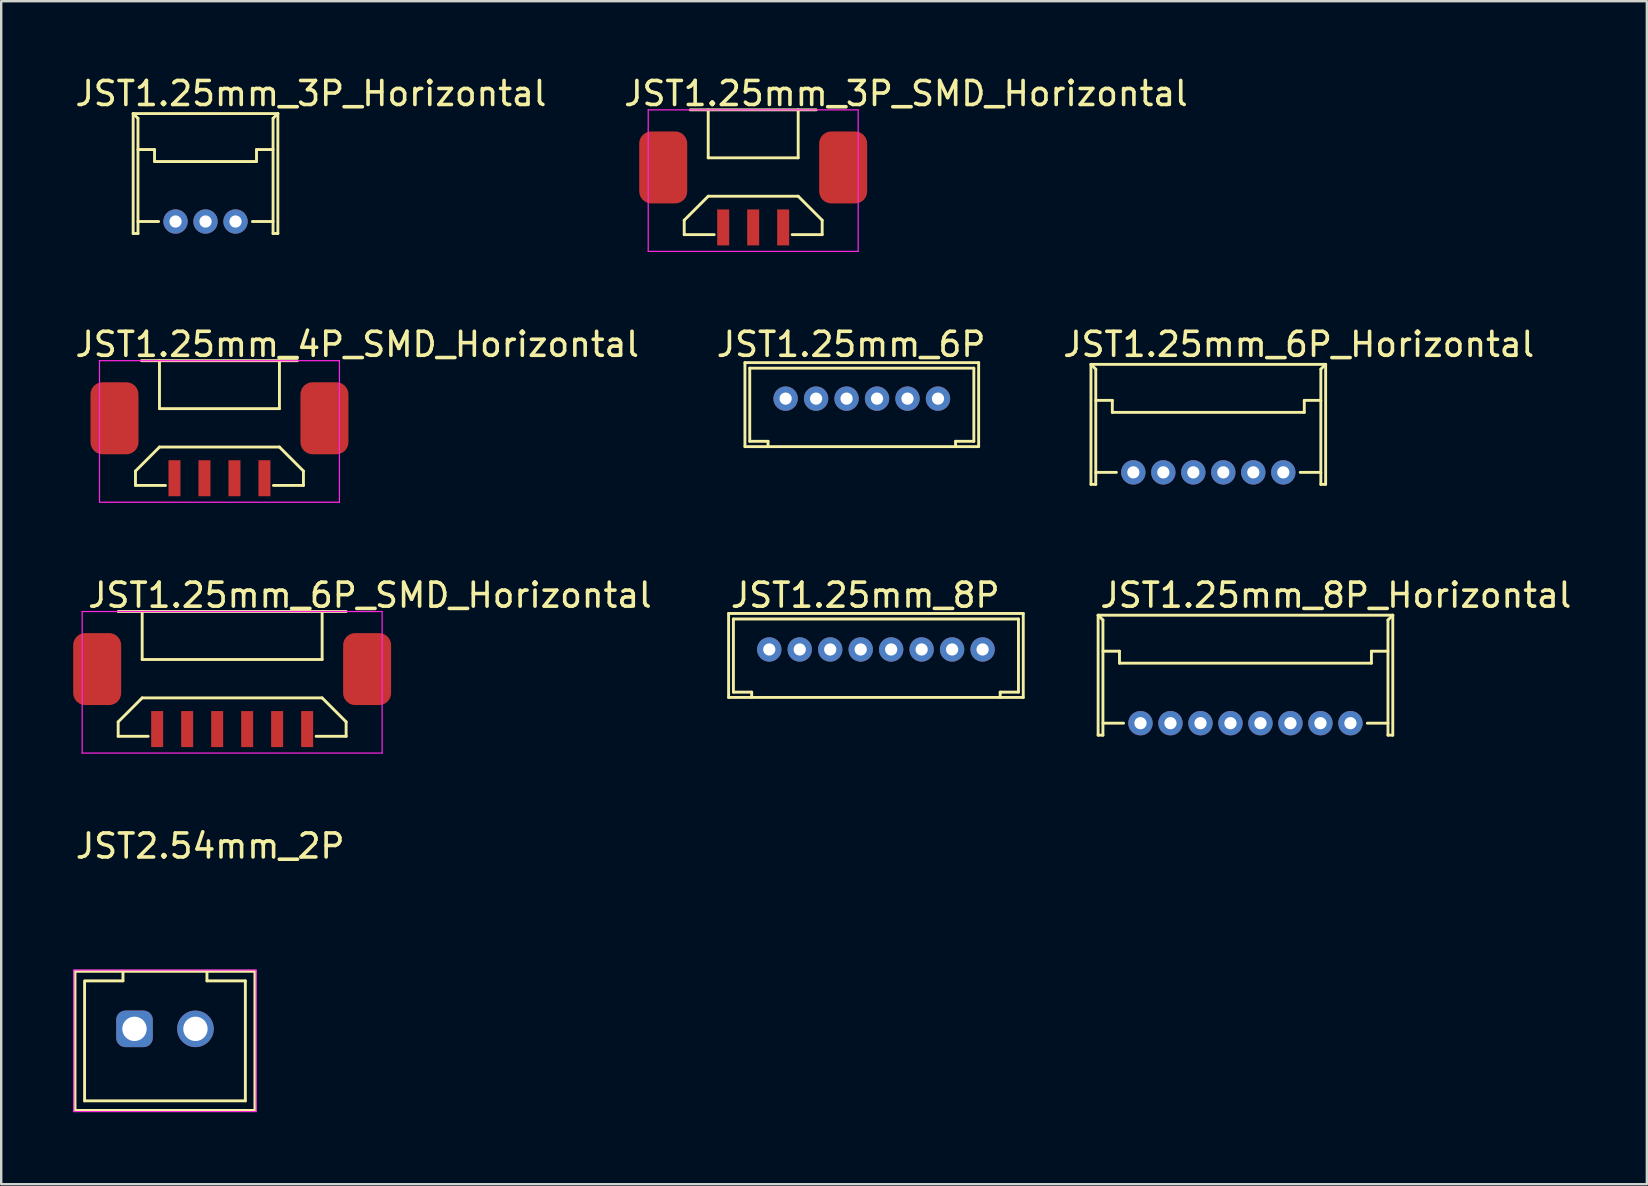
<source format=kicad_pcb>
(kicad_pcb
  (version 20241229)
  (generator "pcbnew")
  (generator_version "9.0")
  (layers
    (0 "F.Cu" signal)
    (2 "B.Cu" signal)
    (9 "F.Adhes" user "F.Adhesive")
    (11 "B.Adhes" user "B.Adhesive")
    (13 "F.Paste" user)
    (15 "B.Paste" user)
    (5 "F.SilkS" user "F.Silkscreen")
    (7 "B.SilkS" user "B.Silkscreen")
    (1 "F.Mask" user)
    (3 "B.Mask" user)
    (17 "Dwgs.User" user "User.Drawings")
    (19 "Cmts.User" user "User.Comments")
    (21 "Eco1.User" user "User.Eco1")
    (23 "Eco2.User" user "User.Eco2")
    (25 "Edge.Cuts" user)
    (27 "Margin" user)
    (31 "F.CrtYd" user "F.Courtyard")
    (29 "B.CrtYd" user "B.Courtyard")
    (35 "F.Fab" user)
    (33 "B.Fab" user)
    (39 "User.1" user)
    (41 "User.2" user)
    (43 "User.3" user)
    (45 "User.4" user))
  (footprint "JST1.25mm_8P"
    (layer "F.Cu")
    (at 33.455 24.017)
    (property "Reference" "JST1.25mm_8P" (at -6.14 -2.262 0) (layer "F.SilkS") (effects (font (size 1 1) (thickness 0.15)) (justify left)))
    (attr through_hole)
    (fp_line (start -6.14 -1.5) (end -6.14 2) (stroke (width 0.12) (type solid)) (layer "F.SilkS"))
    (fp_line (start -6.14 -1.5) (end 6.14 -1.5) (stroke (width 0.12) (type solid)) (layer "F.SilkS"))
    (fp_line (start -6.14 2) (end 6.14 2) (stroke (width 0.12) (type solid)) (layer "F.SilkS"))
    (fp_line (start -5.94 -1.27) (end -5.94 1.778) (stroke (width 0.12) (type solid)) (layer "F.SilkS"))
    (fp_line (start -5.94 -1.27) (end 5.94 -1.27) (stroke (width 0.12) (type solid)) (layer "F.SilkS"))
    (fp_line (start -5.94 1.778) (end -5.178 1.778) (stroke (width 0.12) (type solid)) (layer "F.SilkS"))
    (fp_line (start -5.178 1.778) (end -5.178 2) (stroke (width 0.12) (type solid)) (layer "F.SilkS"))
    (fp_line (start 5.178 1.778) (end 5.178 2) (stroke (width 0.12) (type solid)) (layer "F.SilkS"))
    (fp_line (start 5.178 1.778) (end 5.94 1.778) (stroke (width 0.12) (type solid)) (layer "F.SilkS"))
    (fp_line (start 5.94 -1.27) (end 5.94 1.778) (stroke (width 0.12) (type solid)) (layer "F.SilkS"))
    (fp_line (start 6.14 -1.5) (end 6.14 2) (stroke (width 0.12) (type solid)) (layer "F.SilkS"))
    (pad "1" thru_hole circle (at -4.445 0) (size 1.016 1.016) (drill 0.508) (layers "*.Cu" "*.Mask"))
    (pad "2" thru_hole circle (at -3.175 0) (size 1.016 1.016) (drill 0.508) (layers "*.Cu" "*.Mask"))
    (pad "3" thru_hole circle (at -1.905 0) (size 1.016 1.016) (drill 0.508) (layers "*.Cu" "*.Mask"))
    (pad "4" thru_hole circle (at -0.635 0) (size 1.016 1.016) (drill 0.508) (layers "*.Cu" "*.Mask"))
    (pad "5" thru_hole circle (at 0.635 0) (size 1.016 1.016) (drill 0.508) (layers "*.Cu" "*.Mask"))
    (pad "6" thru_hole circle (at 1.905 0) (size 1.016 1.016) (drill 0.508) (layers "*.Cu" "*.Mask"))
    (pad "7" thru_hole circle (at 3.175 0) (size 1.016 1.016) (drill 0.508) (layers "*.Cu" "*.Mask"))
    (pad "8" thru_hole circle (at 4.445 0) (size 1.016 1.016) (drill 0.508) (layers "*.Cu" "*.Mask")))
  (footprint "JST1.25mm_6P"
    (layer "F.Cu")
    (at 32.866 13.563)
    (property "Reference" "JST1.25mm_6P" (at -6.14 -2.262 0) (layer "F.SilkS") (effects (font (size 1 1) (thickness 0.15)) (justify left)))
    (attr through_hole)
    (fp_line (start -4.87 -1.5) (end -4.87 2) (stroke (width 0.12) (type solid)) (layer "F.SilkS"))
    (fp_line (start -4.87 -1.5) (end 4.87 -1.5) (stroke (width 0.12) (type solid)) (layer "F.SilkS"))
    (fp_line (start -4.87 2) (end 4.87 2) (stroke (width 0.12) (type solid)) (layer "F.SilkS"))
    (fp_line (start -4.67 -1.27) (end -4.67 1.778) (stroke (width 0.12) (type solid)) (layer "F.SilkS"))
    (fp_line (start -4.67 -1.27) (end 4.67 -1.27) (stroke (width 0.12) (type solid)) (layer "F.SilkS"))
    (fp_line (start -4.67 1.778) (end -3.908 1.778) (stroke (width 0.12) (type solid)) (layer "F.SilkS"))
    (fp_line (start -3.908 1.778) (end -3.908 2) (stroke (width 0.12) (type solid)) (layer "F.SilkS"))
    (fp_line (start 3.908 1.778) (end 3.908 2) (stroke (width 0.12) (type solid)) (layer "F.SilkS"))
    (fp_line (start 3.908 1.778) (end 4.67 1.778) (stroke (width 0.12) (type solid)) (layer "F.SilkS"))
    (fp_line (start 4.67 -1.27) (end 4.67 1.778) (stroke (width 0.12) (type solid)) (layer "F.SilkS"))
    (fp_line (start 4.87 -1.5) (end 4.87 2) (stroke (width 0.12) (type solid)) (layer "F.SilkS"))
    (pad "1" thru_hole circle (at -3.175 0) (size 1.016 1.016) (drill 0.508) (layers "*.Cu" "*.Mask"))
    (pad "2" thru_hole circle (at -1.905 0) (size 1.016 1.016) (drill 0.508) (layers "*.Cu" "*.Mask"))
    (pad "3" thru_hole circle (at -0.635 0) (size 1.016 1.016) (drill 0.508) (layers "*.Cu" "*.Mask"))
    (pad "4" thru_hole circle (at 0.635 0) (size 1.016 1.016) (drill 0.508) (layers "*.Cu" "*.Mask"))
    (pad "5" thru_hole circle (at 1.905 0) (size 1.016 1.016) (drill 0.508) (layers "*.Cu" "*.Mask"))
    (pad "6" thru_hole circle (at 3.175 0) (size 1.016 1.016) (drill 0.508) (layers "*.Cu" "*.Mask")))
  (footprint "JST1.25mm_4P_SMD_Horizontal"
    (layer "F.Cu")
    (at 6.096 16.381)
    (property "Reference" "JST1.25mm_4P_SMD_Horizontal" (at -6.096 -5.08 0) (layer "F.SilkS") (effects (font (size 1 1) (thickness 0.15)) (justify left)))
    (attr smd)
    (fp_line (start -3.5 0.2) (end -3.5 0.8) (stroke (width 0.12) (type solid)) (layer "F.SilkS"))
    (fp_line (start -3.5 0.2) (end -2.5 -0.8) (stroke (width 0.12) (type solid)) (layer "F.SilkS"))
    (fp_line (start -3.5 0.8) (end -2.25 0.8) (stroke (width 0.12) (type solid)) (layer "F.SilkS"))
    (fp_line (start -3.25 -4.4) (end 3.25 -4.4) (stroke (width 0.12) (type solid)) (layer "F.SilkS"))
    (fp_line (start -2.5 -2.4) (end -2.5 -4.4) (stroke (width 0.12) (type solid)) (layer "F.SilkS"))
    (fp_line (start -2.5 -2.4) (end 2.5 -2.4) (stroke (width 0.12) (type solid)) (layer "F.SilkS"))
    (fp_line (start -2.5 -0.8) (end 2.5 -0.8) (stroke (width 0.12) (type solid)) (layer "F.SilkS"))
    (fp_line (start 2.25 0.8) (end 3.5 0.8) (stroke (width 0.12) (type solid)) (layer "F.SilkS"))
    (fp_line (start 2.5 -2.4) (end 2.5 -4.4) (stroke (width 0.12) (type solid)) (layer "F.SilkS"))
    (fp_line (start 3.5 0.2) (end 2.5 -0.8) (stroke (width 0.12) (type solid)) (layer "F.SilkS"))
    (fp_line (start 3.5 0.2) (end 3.5 0.8) (stroke (width 0.12) (type solid)) (layer "F.SilkS"))
    (fp_line (start -5 -4.4) (end -5 1.5) (stroke (width 0.05) (type solid)) (layer "F.CrtYd"))
    (fp_line (start -5 1.5) (end 5 1.5) (stroke (width 0.05) (type solid)) (layer "F.CrtYd"))
    (fp_line (start 5 -4.4) (end -5 -4.4) (stroke (width 0.05) (type solid)) (layer "F.CrtYd"))
    (fp_line (start 5 1.5) (end 5 -4.4) (stroke (width 0.05) (type solid)) (layer "F.CrtYd"))
    (pad "" smd roundrect (at -3.375 -0.5) (size 2 3) (drill (offset -1 -1.5)) (layers "F.Cu" "F.Mask" "F.Paste") (roundrect_rratio 0.25))
    (pad "" smd roundrect (at 3.375 -0.5) (size 2 3) (drill (offset 1 -1.5)) (layers "F.Cu" "F.Mask" "F.Paste") (roundrect_rratio 0.25))
    (pad "1" smd rect (at -1.875 0.5) (size 0.5 1.5) (layers "F.Cu" "F.Mask" "F.Paste"))
    (pad "2" smd rect (at -0.625 0.5) (size 0.5 1.5) (layers "F.Cu" "F.Mask" "F.Paste"))
    (pad "3" smd rect (at 0.625 0.5) (size 0.5 1.5) (layers "F.Cu" "F.Mask" "F.Paste"))
    (pad "4" smd rect (at 1.875 0.5) (size 0.5 1.5) (layers "F.Cu" "F.Mask" "F.Paste")))
  (footprint "JST1.25mm_6P_SMD_Horizontal"
    (layer "F.Cu")
    (at 6.625 26.835)
    (property "Reference" "JST1.25mm_6P_SMD_Horizontal" (at -6.096 -5.08 0) (layer "F.SilkS") (effects (font (size 1 1) (thickness 0.15)) (justify left)))
    (attr smd)
    (fp_line (start -4.75 -4.4) (end 4.75 -4.4) (stroke (width 0.12) (type solid)) (layer "F.SilkS"))
    (fp_line (start -4.75 0.2) (end -4.75 0.8) (stroke (width 0.12) (type solid)) (layer "F.SilkS"))
    (fp_line (start -4.75 0.2) (end -3.75 -0.8) (stroke (width 0.12) (type solid)) (layer "F.SilkS"))
    (fp_line (start -4.75 0.8) (end -3.5 0.8) (stroke (width 0.12) (type solid)) (layer "F.SilkS"))
    (fp_line (start -3.75 -2.4) (end -3.75 -4.4) (stroke (width 0.12) (type solid)) (layer "F.SilkS"))
    (fp_line (start -3.75 -2.4) (end 3.75 -2.4) (stroke (width 0.12) (type solid)) (layer "F.SilkS"))
    (fp_line (start -3.75 -0.8) (end 3.75 -0.8) (stroke (width 0.12) (type solid)) (layer "F.SilkS"))
    (fp_line (start 3.5 0.8) (end 4.75 0.8) (stroke (width 0.12) (type solid)) (layer "F.SilkS"))
    (fp_line (start 3.75 -2.4) (end 3.75 -4.4) (stroke (width 0.12) (type solid)) (layer "F.SilkS"))
    (fp_line (start 4.75 0.2) (end 3.75 -0.8) (stroke (width 0.12) (type solid)) (layer "F.SilkS"))
    (fp_line (start 4.75 0.2) (end 4.75 0.8) (stroke (width 0.12) (type solid)) (layer "F.SilkS"))
    (fp_line (start -6.25 -4.4) (end -6.25 1.5) (stroke (width 0.05) (type solid)) (layer "F.CrtYd"))
    (fp_line (start -6.25 1.5) (end 6.25 1.5) (stroke (width 0.05) (type solid)) (layer "F.CrtYd"))
    (fp_line (start 6.25 -4.4) (end -6.25 -4.4) (stroke (width 0.05) (type solid)) (layer "F.CrtYd"))
    (fp_line (start 6.25 1.5) (end 6.25 -4.4) (stroke (width 0.05) (type solid)) (layer "F.CrtYd"))
    (pad "" smd roundrect (at -4.625 -0.5) (size 2 3) (drill (offset -1 -1.5)) (layers "F.Cu" "F.Mask" "F.Paste") (roundrect_rratio 0.25))
    (pad "" smd roundrect (at 4.625 -0.5) (size 2 3) (drill (offset 1 -1.5)) (layers "F.Cu" "F.Mask" "F.Paste") (roundrect_rratio 0.25))
    (pad "1" smd rect (at -3.125 0.5) (size 0.5 1.5) (layers "F.Cu" "F.Mask" "F.Paste"))
    (pad "2" smd rect (at -1.875 0.5) (size 0.5 1.5) (layers "F.Cu" "F.Mask" "F.Paste"))
    (pad "3" smd rect (at -0.625 0.5) (size 0.5 1.5) (layers "F.Cu" "F.Mask" "F.Paste"))
    (pad "4" smd rect (at 0.625 0.5) (size 0.5 1.5) (layers "F.Cu" "F.Mask" "F.Paste"))
    (pad "5" smd rect (at 1.875 0.5) (size 0.5 1.5) (layers "F.Cu" "F.Mask" "F.Paste"))
    (pad "6" smd rect (at 3.125 0.5) (size 0.5 1.5) (layers "F.Cu" "F.Mask" "F.Paste")))
  (footprint "JST1.25mm_3P_SMD_Horizontal"
    (layer "F.Cu")
    (at 28.34 5.928)
    (property "Reference" "JST1.25mm_3P_SMD_Horizontal" (at -5.471 -5.08 0) (layer "F.SilkS") (effects (font (size 1 1) (thickness 0.15)) (justify left)))
    (attr smd)
    (fp_line (start -2.875 0.2) (end -2.875 0.8) (stroke (width 0.12) (type solid)) (layer "F.SilkS"))
    (fp_line (start -2.875 0.2) (end -1.875 -0.8) (stroke (width 0.12) (type solid)) (layer "F.SilkS"))
    (fp_line (start -2.875 0.8) (end -1.625 0.8) (stroke (width 0.12) (type solid)) (layer "F.SilkS"))
    (fp_line (start -2.625 -4.4) (end 2.625 -4.4) (stroke (width 0.12) (type solid)) (layer "F.SilkS"))
    (fp_line (start -1.875 -2.4) (end -1.875 -4.4) (stroke (width 0.12) (type solid)) (layer "F.SilkS"))
    (fp_line (start -1.875 -2.4) (end 1.875 -2.4) (stroke (width 0.12) (type solid)) (layer "F.SilkS"))
    (fp_line (start -1.875 -0.8) (end 1.875 -0.8) (stroke (width 0.12) (type solid)) (layer "F.SilkS"))
    (fp_line (start 1.625 0.8) (end 2.875 0.8) (stroke (width 0.12) (type solid)) (layer "F.SilkS"))
    (fp_line (start 1.875 -2.4) (end 1.875 -4.4) (stroke (width 0.12) (type solid)) (layer "F.SilkS"))
    (fp_line (start 2.875 0.2) (end 1.875 -0.8) (stroke (width 0.12) (type solid)) (layer "F.SilkS"))
    (fp_line (start 2.875 0.2) (end 2.875 0.8) (stroke (width 0.12) (type solid)) (layer "F.SilkS"))
    (fp_line (start -4.375 -4.4) (end -4.375 1.5) (stroke (width 0.05) (type solid)) (layer "F.CrtYd"))
    (fp_line (start -4.375 1.5) (end 4.375 1.5) (stroke (width 0.05) (type solid)) (layer "F.CrtYd"))
    (fp_line (start 4.375 -4.4) (end -4.375 -4.4) (stroke (width 0.05) (type solid)) (layer "F.CrtYd"))
    (fp_line (start 4.375 1.5) (end 4.375 -4.4) (stroke (width 0.05) (type solid)) (layer "F.CrtYd"))
    (pad "" smd roundrect (at -2.75 -0.5) (size 2 3) (drill (offset -1 -1.5)) (layers "F.Cu" "F.Mask" "F.Paste") (roundrect_rratio 0.25))
    (pad "" smd roundrect (at 2.75 -0.5) (size 2 3) (drill (offset 1 -1.5)) (layers "F.Cu" "F.Mask" "F.Paste") (roundrect_rratio 0.25))
    (pad "1" smd rect (at -1.25 0.5) (size 0.5 1.5) (layers "F.Cu" "F.Mask" "F.Paste"))
    (pad "2" smd rect (at 0 0.5) (size 0.5 1.5) (layers "F.Cu" "F.Mask" "F.Paste"))
    (pad "3" smd rect (at 1.25 0.5) (size 0.5 1.5) (layers "F.Cu" "F.Mask" "F.Paste")))
  (footprint "JST1.25mm_6P_Horizontal"
    (layer "F.Cu")
    (at 47.307 16.636)
    (property "Reference" "JST1.25mm_6P_Horizontal" (at -6.14 -5.334 0) (layer "F.SilkS") (effects (font (size 1 1) (thickness 0.15)) (justify left)))
    (attr through_hole)
    (fp_line (start -4.89 0.5) (end -4.89 -4.5) (stroke (width 0.12) (type solid)) (layer "F.SilkS"))
    (fp_line (start -4.69 -4.3) (end -4.89 -4.5) (stroke (width 0.12) (type solid)) (layer "F.SilkS"))
    (fp_line (start -4.69 -3) (end -4 -3) (stroke (width 0.12) (type solid)) (layer "F.SilkS"))
    (fp_line (start -4.69 0) (end -3.83 0) (stroke (width 0.12) (type solid)) (layer "F.SilkS"))
    (fp_line (start -4.69 0.5) (end -4.89 0.5) (stroke (width 0.12) (type solid)) (layer "F.SilkS"))
    (fp_line (start -4.69 0.5) (end -4.69 -4.3) (stroke (width 0.12) (type solid)) (layer "F.SilkS"))
    (fp_line (start -4 -3) (end -4 -2.5) (stroke (width 0.12) (type solid)) (layer "F.SilkS"))
    (fp_line (start 4 -3) (end 4 -2.5) (stroke (width 0.12) (type solid)) (layer "F.SilkS"))
    (fp_line (start 4 -2.5) (end -4 -2.5) (stroke (width 0.12) (type solid)) (layer "F.SilkS"))
    (fp_line (start 4.69 -4.3) (end 4.89 -4.5) (stroke (width 0.12) (type solid)) (layer "F.SilkS"))
    (fp_line (start 4.69 -3) (end 4 -3) (stroke (width 0.12) (type solid)) (layer "F.SilkS"))
    (fp_line (start 4.69 0) (end 3.83 0) (stroke (width 0.12) (type solid)) (layer "F.SilkS"))
    (fp_line (start 4.69 0.5) (end 4.69 -4.3) (stroke (width 0.12) (type solid)) (layer "F.SilkS"))
    (fp_line (start 4.69 0.5) (end 4.89 0.5) (stroke (width 0.12) (type solid)) (layer "F.SilkS"))
    (fp_line (start 4.89 -4.5) (end -4.89 -4.5) (stroke (width 0.12) (type solid)) (layer "F.SilkS"))
    (fp_line (start 4.89 0.5) (end 4.89 -4.5) (stroke (width 0.12) (type solid)) (layer "F.SilkS"))
    (pad "1" thru_hole circle (at -3.125 0) (size 1.016 1.016) (drill 0.508) (layers "*.Cu" "*.Mask"))
    (pad "2" thru_hole circle (at -1.875 0) (size 1.016 1.016) (drill 0.508) (layers "*.Cu" "*.Mask"))
    (pad "3" thru_hole circle (at -0.625 0) (size 1.016 1.016) (drill 0.508) (layers "*.Cu" "*.Mask"))
    (pad "4" thru_hole circle (at 0.625 0) (size 1.016 1.016) (drill 0.508) (layers "*.Cu" "*.Mask"))
    (pad "5" thru_hole circle (at 1.875 0) (size 1.016 1.016) (drill 0.508) (layers "*.Cu" "*.Mask"))
    (pad "6" thru_hole circle (at 3.125 0) (size 1.016 1.016) (drill 0.508) (layers "*.Cu" "*.Mask")))
  (footprint "JST2.54mm_2P"
    (layer "F.Cu")
    (at 3.825 39.828)
    (property "Reference" "JST2.54mm_2P" (at -3.81 -7.62 0) (layer "F.SilkS") (effects (font (size 1 1) (thickness 0.15)) (justify left)))
    (attr through_hole)
    (fp_line (start -3.75 -2.4) (end -3.75 3.4) (stroke (width 0.12) (type solid)) (layer "F.SilkS"))
    (fp_line (start -3.75 -2.4) (end 3.75 -2.4) (stroke (width 0.12) (type solid)) (layer "F.SilkS"))
    (fp_line (start -3.75 3.4) (end 3.75 3.4) (stroke (width 0.12) (type solid)) (layer "F.SilkS"))
    (fp_line (start -3.35 -2) (end -3.35 3) (stroke (width 0.12) (type solid)) (layer "F.SilkS"))
    (fp_line (start -3.35 3) (end 3.35 3) (stroke (width 0.12) (type solid)) (layer "F.SilkS"))
    (fp_line (start -1.75 -2) (end -3.3 -2) (stroke (width 0.12) (type solid)) (layer "F.SilkS"))
    (fp_line (start -1.75 -2) (end -1.75 -2.4) (stroke (width 0.12) (type solid)) (layer "F.SilkS"))
    (fp_line (start 1.75 -2) (end 1.75 -2.4) (stroke (width 0.12) (type solid)) (layer "F.SilkS"))
    (fp_line (start 3.35 -2) (end 1.75 -2) (stroke (width 0.12) (type solid)) (layer "F.SilkS"))
    (fp_line (start 3.35 -2) (end 3.35 3) (stroke (width 0.12) (type solid)) (layer "F.SilkS"))
    (fp_line (start 3.75 -2.4) (end 3.75 3.4) (stroke (width 0.12) (type solid)) (layer "F.SilkS"))
    (fp_line (start -3.8 -2.45) (end 3.8 -2.45) (stroke (width 0.05) (type default)) (layer "F.CrtYd"))
    (fp_line (start -3.8 3.45) (end -3.8 -2.45) (stroke (width 0.05) (type default)) (layer "F.CrtYd"))
    (fp_line (start 3.8 -2.45) (end 3.8 3.45) (stroke (width 0.05) (type default)) (layer "F.CrtYd"))
    (fp_line (start 3.8 3.45) (end -3.8 3.45) (stroke (width 0.05) (type default)) (layer "F.CrtYd"))
    (pad "1" thru_hole roundrect (at -1.27 0) (size 1.524 1.524) (drill 1.016) (layers "*.Cu" "*.Mask") (roundrect_rratio 0.25))
    (pad "2" thru_hole circle (at 1.27 0) (size 1.524 1.524) (drill 1.016) (layers "*.Cu" "*.Mask")))
  (footprint "JST1.25mm_8P_Horizontal"
    (layer "F.Cu")
    (at 48.855 27.089)
    (property "Reference" "JST1.25mm_8P_Horizontal" (at -6.14 -5.334 0) (layer "F.SilkS") (effects (font (size 1 1) (thickness 0.15)) (justify left)))
    (attr through_hole)
    (fp_line (start -6.14 0.5) (end -6.14 -4.5) (stroke (width 0.12) (type solid)) (layer "F.SilkS"))
    (fp_line (start -5.94 -4.3) (end -6.14 -4.5) (stroke (width 0.12) (type solid)) (layer "F.SilkS"))
    (fp_line (start -5.94 -3) (end -5.25 -3) (stroke (width 0.12) (type solid)) (layer "F.SilkS"))
    (fp_line (start -5.94 0) (end -5.08 0) (stroke (width 0.12) (type solid)) (layer "F.SilkS"))
    (fp_line (start -5.94 0.5) (end -6.14 0.5) (stroke (width 0.12) (type solid)) (layer "F.SilkS"))
    (fp_line (start -5.94 0.5) (end -5.94 -4.3) (stroke (width 0.12) (type solid)) (layer "F.SilkS"))
    (fp_line (start -5.25 -3) (end -5.25 -2.5) (stroke (width 0.12) (type solid)) (layer "F.SilkS"))
    (fp_line (start 5.25 -3) (end 5.25 -2.5) (stroke (width 0.12) (type solid)) (layer "F.SilkS"))
    (fp_line (start 5.25 -2.5) (end -5.25 -2.5) (stroke (width 0.12) (type solid)) (layer "F.SilkS"))
    (fp_line (start 5.94 -4.3) (end 6.14 -4.5) (stroke (width 0.12) (type solid)) (layer "F.SilkS"))
    (fp_line (start 5.94 -3) (end 5.25 -3) (stroke (width 0.12) (type solid)) (layer "F.SilkS"))
    (fp_line (start 5.94 0) (end 5.08 0) (stroke (width 0.12) (type solid)) (layer "F.SilkS"))
    (fp_line (start 5.94 0.5) (end 5.94 -4.3) (stroke (width 0.12) (type solid)) (layer "F.SilkS"))
    (fp_line (start 5.94 0.5) (end 6.14 0.5) (stroke (width 0.12) (type solid)) (layer "F.SilkS"))
    (fp_line (start 6.14 -4.5) (end -6.14 -4.5) (stroke (width 0.12) (type solid)) (layer "F.SilkS"))
    (fp_line (start 6.14 0.5) (end 6.14 -4.5) (stroke (width 0.12) (type solid)) (layer "F.SilkS"))
    (pad "1" thru_hole circle (at -4.375 0) (size 1.016 1.016) (drill 0.508) (layers "*.Cu" "*.Mask"))
    (pad "2" thru_hole circle (at -3.125 0) (size 1.016 1.016) (drill 0.508) (layers "*.Cu" "*.Mask"))
    (pad "3" thru_hole circle (at -1.875 0) (size 1.016 1.016) (drill 0.508) (layers "*.Cu" "*.Mask"))
    (pad "4" thru_hole circle (at -0.625 0) (size 1.016 1.016) (drill 0.508) (layers "*.Cu" "*.Mask"))
    (pad "5" thru_hole circle (at 0.625 0) (size 1.016 1.016) (drill 0.508) (layers "*.Cu" "*.Mask"))
    (pad "6" thru_hole circle (at 1.875 0) (size 1.016 1.016) (drill 0.508) (layers "*.Cu" "*.Mask"))
    (pad "7" thru_hole circle (at 3.125 0) (size 1.016 1.016) (drill 0.508) (layers "*.Cu" "*.Mask"))
    (pad "8" thru_hole circle (at 4.375 0) (size 1.016 1.016) (drill 0.508) (layers "*.Cu" "*.Mask")))
  (footprint "JST1.25mm_3P_Horizontal"
    (layer "F.Cu")
    (at 5.515 6.182)
    (property "Reference" "JST1.25mm_3P_Horizontal" (at -5.515 -5.334 0) (layer "F.SilkS") (effects (font (size 1 1) (thickness 0.15)) (justify left)))
    (attr through_hole)
    (fp_line (start -3.015 0.5) (end -3.015 -4.5) (stroke (width 0.12) (type solid)) (layer "F.SilkS"))
    (fp_line (start -2.815 -4.3) (end -3.015 -4.5) (stroke (width 0.12) (type solid)) (layer "F.SilkS"))
    (fp_line (start -2.815 -3) (end -2.125 -3) (stroke (width 0.12) (type solid)) (layer "F.SilkS"))
    (fp_line (start -2.815 0) (end -1.955 0) (stroke (width 0.12) (type solid)) (layer "F.SilkS"))
    (fp_line (start -2.815 0.5) (end -3.015 0.5) (stroke (width 0.12) (type solid)) (layer "F.SilkS"))
    (fp_line (start -2.815 0.5) (end -2.815 -4.3) (stroke (width 0.12) (type solid)) (layer "F.SilkS"))
    (fp_line (start -2.125 -3) (end -2.125 -2.5) (stroke (width 0.12) (type solid)) (layer "F.SilkS"))
    (fp_line (start 2.125 -3) (end 2.125 -2.5) (stroke (width 0.12) (type solid)) (layer "F.SilkS"))
    (fp_line (start 2.125 -2.5) (end -2.125 -2.5) (stroke (width 0.12) (type solid)) (layer "F.SilkS"))
    (fp_line (start 2.815 -4.3) (end 3.015 -4.5) (stroke (width 0.12) (type solid)) (layer "F.SilkS"))
    (fp_line (start 2.815 -3) (end 2.125 -3) (stroke (width 0.12) (type solid)) (layer "F.SilkS"))
    (fp_line (start 2.815 0) (end 1.955 0) (stroke (width 0.12) (type solid)) (layer "F.SilkS"))
    (fp_line (start 2.815 0.5) (end 2.815 -4.3) (stroke (width 0.12) (type solid)) (layer "F.SilkS"))
    (fp_line (start 2.815 0.5) (end 3.015 0.5) (stroke (width 0.12) (type solid)) (layer "F.SilkS"))
    (fp_line (start 3.015 -4.5) (end -3.015 -4.5) (stroke (width 0.12) (type solid)) (layer "F.SilkS"))
    (fp_line (start 3.015 0.5) (end 3.015 -4.5) (stroke (width 0.12) (type solid)) (layer "F.SilkS"))
    (pad "1" thru_hole circle (at -1.25 0) (size 1.016 1.016) (drill 0.508) (layers "*.Cu" "*.Mask"))
    (pad "2" thru_hole circle (at 0 0) (size 1.016 1.016) (drill 0.508) (layers "*.Cu" "*.Mask"))
    (pad "3" thru_hole circle (at 1.25 0) (size 1.016 1.016) (drill 0.508) (layers "*.Cu" "*.Mask")))
  (gr_rect
    (start -3 -3)
    (end 65.584 46.303)
    (stroke (width 0.1) (type default))
    (fill no)
    (layer "Edge.Cuts")))
</source>
